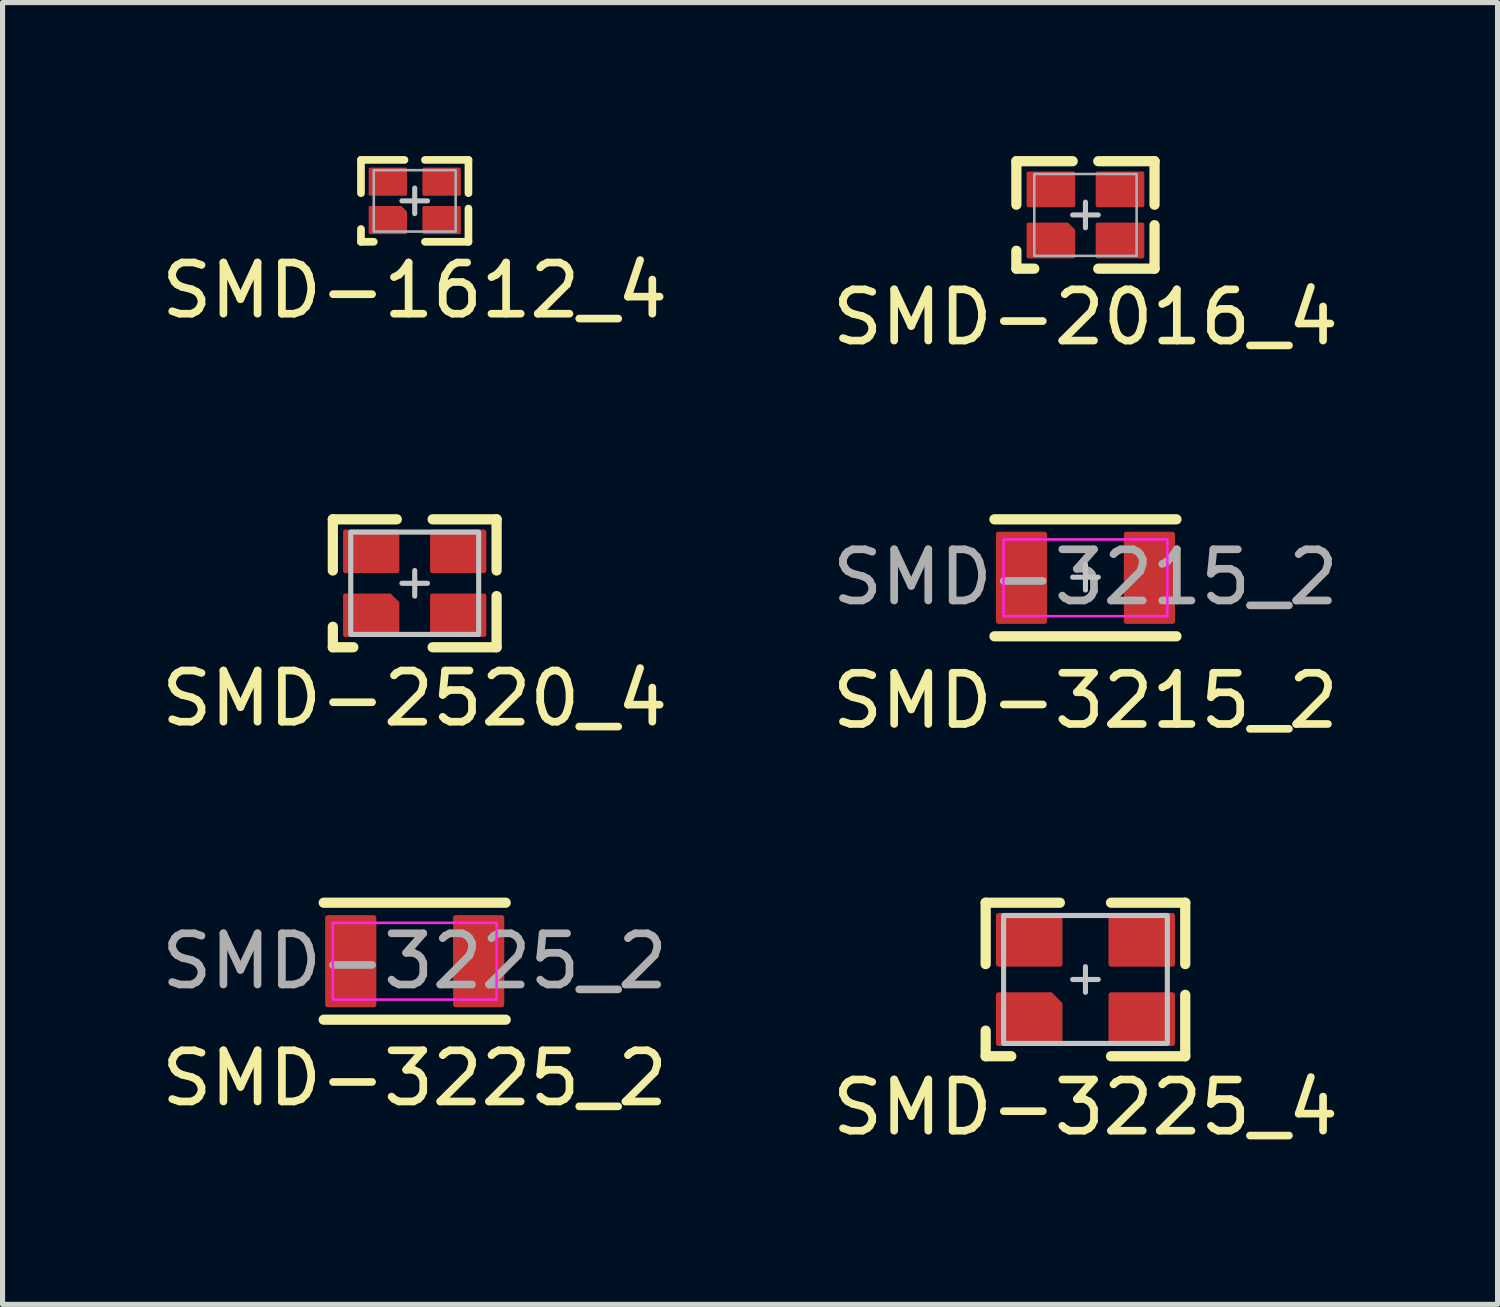
<source format=kicad_pcb>
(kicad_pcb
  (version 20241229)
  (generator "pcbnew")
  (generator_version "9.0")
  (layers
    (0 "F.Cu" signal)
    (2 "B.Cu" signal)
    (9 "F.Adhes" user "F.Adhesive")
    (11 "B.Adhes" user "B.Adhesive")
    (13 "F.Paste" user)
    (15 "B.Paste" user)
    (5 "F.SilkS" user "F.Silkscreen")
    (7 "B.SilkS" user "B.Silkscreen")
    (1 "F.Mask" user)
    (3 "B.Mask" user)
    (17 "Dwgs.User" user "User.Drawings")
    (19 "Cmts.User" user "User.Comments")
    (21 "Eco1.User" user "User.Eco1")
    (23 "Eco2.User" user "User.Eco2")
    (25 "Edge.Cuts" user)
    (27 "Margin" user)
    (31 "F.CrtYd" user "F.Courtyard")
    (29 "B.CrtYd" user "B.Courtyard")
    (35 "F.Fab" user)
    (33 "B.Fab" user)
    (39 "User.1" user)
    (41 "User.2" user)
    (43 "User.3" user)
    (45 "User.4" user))
  (footprint "SMD-3225_2"
    (layer "F.Cu")
    (at 5.054 15.733)
    (property "Reference" "SMD-3225_2" (at 0 2.286 0) (unlocked yes) (layer "F.SilkS") (effects (font (size 1 1) (thickness 0.15))))
    (attr smd)
    (fp_line (start -1.778 -1.143) (end 1.778 -1.143) (stroke (width 0.2) (type solid)) (layer "F.SilkS"))
    (fp_line (start -1.778 1.143) (end 1.778 1.143) (stroke (width 0.2) (type solid)) (layer "F.SilkS"))
    (fp_rect (start -1.6 0.75) (end 1.6 -0.75) (stroke (width 0.05) (type solid)) (fill no) (layer "F.CrtYd"))
    (fp_text user "${REFERENCE}" (at 0 0 0) (unlocked yes) (layer "F.Fab") (effects (font (size 1 1) (thickness 0.15))))
    (pad "1" smd roundrect (at -1.25 0) (size 1 1.8) (layers "F.Cu" "F.Mask" "F.Paste") (roundrect_rratio 0.05))
    (pad "2" smd roundrect (at 1.25 0) (size 1 1.8) (layers "F.Cu" "F.Mask" "F.Paste") (roundrect_rratio 0.05)))
  (footprint "SMD-1612_4"
    (layer "F.Cu")
    (at 5.054 0.875)
    (property "Reference" "SMD-1612_4" (at 0 1.75 0) (unlocked yes) (layer "F.SilkS") (effects (font (size 1 1) (thickness 0.15))))
    (attr smd)
    (fp_line (start -1.05 -0.8) (end -0.2 -0.8) (stroke (width 0.15) (type solid)) (layer "F.SilkS"))
    (fp_line (start -1.05 -0.15) (end -1.05 -0.8) (stroke (width 0.15) (type solid)) (layer "F.SilkS"))
    (fp_line (start -1.05 0.55) (end -1.05 0.8) (stroke (width 0.15) (type solid)) (layer "F.SilkS"))
    (fp_line (start -1.05 0.8) (end -0.8 0.8) (stroke (width 0.15) (type solid)) (layer "F.SilkS"))
    (fp_line (start 1.05 -0.8) (end 0.2 -0.8) (stroke (width 0.15) (type solid)) (layer "F.SilkS"))
    (fp_line (start 1.05 -0.15) (end 1.05 -0.8) (stroke (width 0.15) (type solid)) (layer "F.SilkS"))
    (fp_line (start 1.05 0.15) (end 1.05 0.8) (stroke (width 0.15) (type solid)) (layer "F.SilkS"))
    (fp_line (start 1.05 0.8) (end 0.2 0.8) (stroke (width 0.15) (type solid)) (layer "F.SilkS"))
    (fp_line (start -0.25 0) (end 0.25 0) (stroke (width 0.1) (type solid)) (layer "Dwgs.User"))
    (fp_line (start 0 -0.25) (end 0 0.25) (stroke (width 0.1) (type solid)) (layer "Dwgs.User"))
    (fp_rect (start -0.8 -0.6) (end 0.8 0.6) (stroke (width 0.05) (type solid)) (fill no) (layer "F.Fab"))
    (pad "1" smd roundrect (at -0.525 0.375) (size 0.75 0.55) (layers "F.Cu" "F.Mask" "F.Paste") (roundrect_rratio 0.05) (chamfer_ratio 0.2) (chamfer top_right))
    (pad "2" smd roundrect (at 0.525 0.375) (size 0.75 0.55) (layers "F.Cu" "F.Mask" "F.Paste") (roundrect_rratio 0.05))
    (pad "3" smd roundrect (at 0.525 -0.375) (size 0.75 0.55) (layers "F.Cu" "F.Mask" "F.Paste") (roundrect_rratio 0.05))
    (pad "4" smd roundrect (at -0.525 -0.375) (size 0.75 0.55) (layers "F.Cu" "F.Mask" "F.Paste") (roundrect_rratio 0.05)))
  (footprint "SMD-2016_4"
    (layer "F.Cu")
    (at 18.161 1.15)
    (property "Reference" "SMD-2016_4" (at 0 2 0) (unlocked yes) (layer "F.SilkS") (effects (font (size 1 1) (thickness 0.15))))
    (attr smd)
    (fp_line (start -1.35 -1.05) (end -0.25 -1.05) (stroke (width 0.2) (type solid)) (layer "F.SilkS"))
    (fp_line (start -1.35 -0.2) (end -1.35 -1.05) (stroke (width 0.2) (type solid)) (layer "F.SilkS"))
    (fp_line (start -1.35 0.7) (end -1.35 1.05) (stroke (width 0.2) (type solid)) (layer "F.SilkS"))
    (fp_line (start -1.35 1.05) (end -1 1.05) (stroke (width 0.2) (type solid)) (layer "F.SilkS"))
    (fp_line (start 1.35 -1.05) (end 0.25 -1.05) (stroke (width 0.2) (type solid)) (layer "F.SilkS"))
    (fp_line (start 1.35 -0.2) (end 1.35 -1.05) (stroke (width 0.2) (type solid)) (layer "F.SilkS"))
    (fp_line (start 1.35 0.2) (end 1.35 1.05) (stroke (width 0.2) (type solid)) (layer "F.SilkS"))
    (fp_line (start 1.35 1.05) (end 0.25 1.05) (stroke (width 0.2) (type solid)) (layer "F.SilkS"))
    (fp_line (start -0.25 0) (end 0.25 0) (stroke (width 0.1) (type solid)) (layer "Dwgs.User"))
    (fp_line (start 0 -0.25) (end 0 0.25) (stroke (width 0.1) (type solid)) (layer "Dwgs.User"))
    (fp_rect (start -1 -0.8) (end 1 0.8) (stroke (width 0.05) (type solid)) (fill no) (layer "F.Fab"))
    (pad "1" smd roundrect (at -0.675 0.5) (size 0.95 0.7) (layers "F.Cu" "F.Mask" "F.Paste") (roundrect_rratio 0.05) (chamfer_ratio 0.2) (chamfer top_right))
    (pad "2" smd roundrect (at 0.675 0.5) (size 0.95 0.7) (layers "F.Cu" "F.Mask" "F.Paste") (roundrect_rratio 0.05))
    (pad "3" smd roundrect (at 0.675 -0.5) (size 0.95 0.7) (layers "F.Cu" "F.Mask" "F.Paste") (roundrect_rratio 0.05))
    (pad "4" smd roundrect (at -0.675 -0.5) (size 0.95 0.7) (layers "F.Cu" "F.Mask" "F.Paste") (roundrect_rratio 0.05)))
  (footprint "SMD-3225_4"
    (layer "F.Cu")
    (at 18.161 16.09)
    (property "Reference" "SMD-3225_4" (at 0 2.5 0) (unlocked yes) (layer "F.SilkS") (effects (font (size 1 1) (thickness 0.15))))
    (attr smd)
    (fp_line (start -1.95 -1.5) (end -0.5 -1.5) (stroke (width 0.2) (type solid)) (layer "F.SilkS"))
    (fp_line (start -1.95 -0.3) (end -1.95 -1.5) (stroke (width 0.2) (type solid)) (layer "F.SilkS"))
    (fp_line (start -1.95 1) (end -1.95 1.5) (stroke (width 0.2) (type solid)) (layer "F.SilkS"))
    (fp_line (start -1.95 1.5) (end -1.45 1.5) (stroke (width 0.2) (type solid)) (layer "F.SilkS"))
    (fp_line (start 1.95 -1.5) (end 0.5 -1.5) (stroke (width 0.2) (type solid)) (layer "F.SilkS"))
    (fp_line (start 1.95 -0.3) (end 1.95 -1.5) (stroke (width 0.2) (type solid)) (layer "F.SilkS"))
    (fp_line (start 1.95 0.3) (end 1.95 1.5) (stroke (width 0.2) (type solid)) (layer "F.SilkS"))
    (fp_line (start 1.95 1.5) (end 0.5 1.5) (stroke (width 0.2) (type solid)) (layer "F.SilkS"))
    (fp_line (start -0.25 0) (end 0.25 0) (stroke (width 0.1) (type solid)) (layer "Dwgs.User"))
    (fp_line (start 0 -0.25) (end 0 0.25) (stroke (width 0.1) (type solid)) (layer "Dwgs.User"))
    (fp_rect (start -1.6 -1.25) (end 1.6 1.25) (stroke (width 0.1) (type solid)) (fill no) (layer "Dwgs.User"))
    (pad "1" smd roundrect (at -1.1 0.775) (size 1.3 1.05) (layers "F.Cu" "F.Mask" "F.Paste") (roundrect_rratio 0.05) (chamfer_ratio 0.2) (chamfer top_right))
    (pad "2" smd roundrect (at 1.1 0.775) (size 1.3 1.05) (layers "F.Cu" "F.Mask" "F.Paste") (roundrect_rratio 0.05))
    (pad "3" smd roundrect (at 1.1 -0.775) (size 1.3 1.05) (layers "F.Cu" "F.Mask" "F.Paste") (roundrect_rratio 0.05))
    (pad "4" smd roundrect (at -1.1 -0.775) (size 1.3 1.05) (layers "F.Cu" "F.Mask" "F.Paste") (roundrect_rratio 0.05)))
  (footprint "SMD-2520_4"
    (layer "F.Cu")
    (at 5.054 8.348)
    (property "Reference" "SMD-2520_4" (at 0 2.25 0) (unlocked yes) (layer "F.SilkS") (effects (font (size 1 1) (thickness 0.15))))
    (attr smd)
    (fp_line (start -1.6 -1.25) (end -0.35 -1.25) (stroke (width 0.2) (type solid)) (layer "F.SilkS"))
    (fp_line (start -1.6 -0.25) (end -1.6 -1.25) (stroke (width 0.2) (type solid)) (layer "F.SilkS"))
    (fp_line (start -1.6 0.85) (end -1.6 1.25) (stroke (width 0.2) (type solid)) (layer "F.SilkS"))
    (fp_line (start -1.6 1.25) (end -1.2 1.25) (stroke (width 0.2) (type solid)) (layer "F.SilkS"))
    (fp_line (start 1.6 -1.25) (end 0.35 -1.25) (stroke (width 0.2) (type solid)) (layer "F.SilkS"))
    (fp_line (start 1.6 -0.25) (end 1.6 -1.25) (stroke (width 0.2) (type solid)) (layer "F.SilkS"))
    (fp_line (start 1.6 0.25) (end 1.6 1.25) (stroke (width 0.2) (type solid)) (layer "F.SilkS"))
    (fp_line (start 1.6 1.25) (end 0.35 1.25) (stroke (width 0.2) (type solid)) (layer "F.SilkS"))
    (fp_line (start -0.25 0) (end 0.25 0) (stroke (width 0.1) (type solid)) (layer "Dwgs.User"))
    (fp_line (start 0 -0.25) (end 0 0.25) (stroke (width 0.1) (type solid)) (layer "Dwgs.User"))
    (fp_rect (start -1.25 -1) (end 1.25 1) (stroke (width 0.1) (type solid)) (fill no) (layer "Dwgs.User"))
    (pad "1" smd roundrect (at -0.85 0.625) (size 1.1 0.85) (layers "F.Cu" "F.Mask" "F.Paste") (roundrect_rratio 0.05) (chamfer_ratio 0.2) (chamfer top_right))
    (pad "2" smd roundrect (at 0.85 0.625) (size 1.1 0.85) (layers "F.Cu" "F.Mask" "F.Paste") (roundrect_rratio 0.05))
    (pad "3" smd roundrect (at 0.85 -0.625) (size 1.1 0.85) (layers "F.Cu" "F.Mask" "F.Paste") (roundrect_rratio 0.05))
    (pad "4" smd roundrect (at -0.85 -0.625) (size 1.1 0.85) (layers "F.Cu" "F.Mask" "F.Paste") (roundrect_rratio 0.05)))
  (footprint "SMD-3215_2"
    (layer "F.Cu")
    (at 18.161 8.229)
    (property "Reference" "SMD-3215_2" (at 0 2.413 0) (unlocked yes) (layer "F.SilkS") (effects (font (size 1 1) (thickness 0.15))))
    (attr smd)
    (fp_line (start -1.778 -1.131) (end 1.778 -1.131) (stroke (width 0.2) (type solid)) (layer "F.SilkS"))
    (fp_line (start -1.778 1.155) (end 1.778 1.155) (stroke (width 0.2) (type solid)) (layer "F.SilkS"))
    (fp_line (start -0.25 0) (end 0.25 0) (stroke (width 0.1) (type solid)) (layer "Dwgs.User"))
    (fp_line (start 0 -0.25) (end 0 0.25) (stroke (width 0.1) (type solid)) (layer "Dwgs.User"))
    (fp_rect (start -1.6 0.762) (end 1.6 -0.738) (stroke (width 0.05) (type solid)) (fill no) (layer "F.CrtYd"))
    (fp_text user "${REFERENCE}" (at 0 0 0) (unlocked yes) (layer "F.Fab") (effects (font (size 1 1) (thickness 0.15))))
    (pad "1" smd roundrect (at -1.25 0.012) (size 1 1.8) (layers "F.Cu" "F.Mask" "F.Paste") (roundrect_rratio 0.05))
    (pad "2" smd roundrect (at 1.25 0.012) (size 1 1.8) (layers "F.Cu" "F.Mask" "F.Paste") (roundrect_rratio 0.05)))
  (gr_rect
    (start -3 -3)
    (end 26.214 22.439)
    (stroke (width 0.1) (type default))
    (fill no)
    (layer "Edge.Cuts")))
</source>
